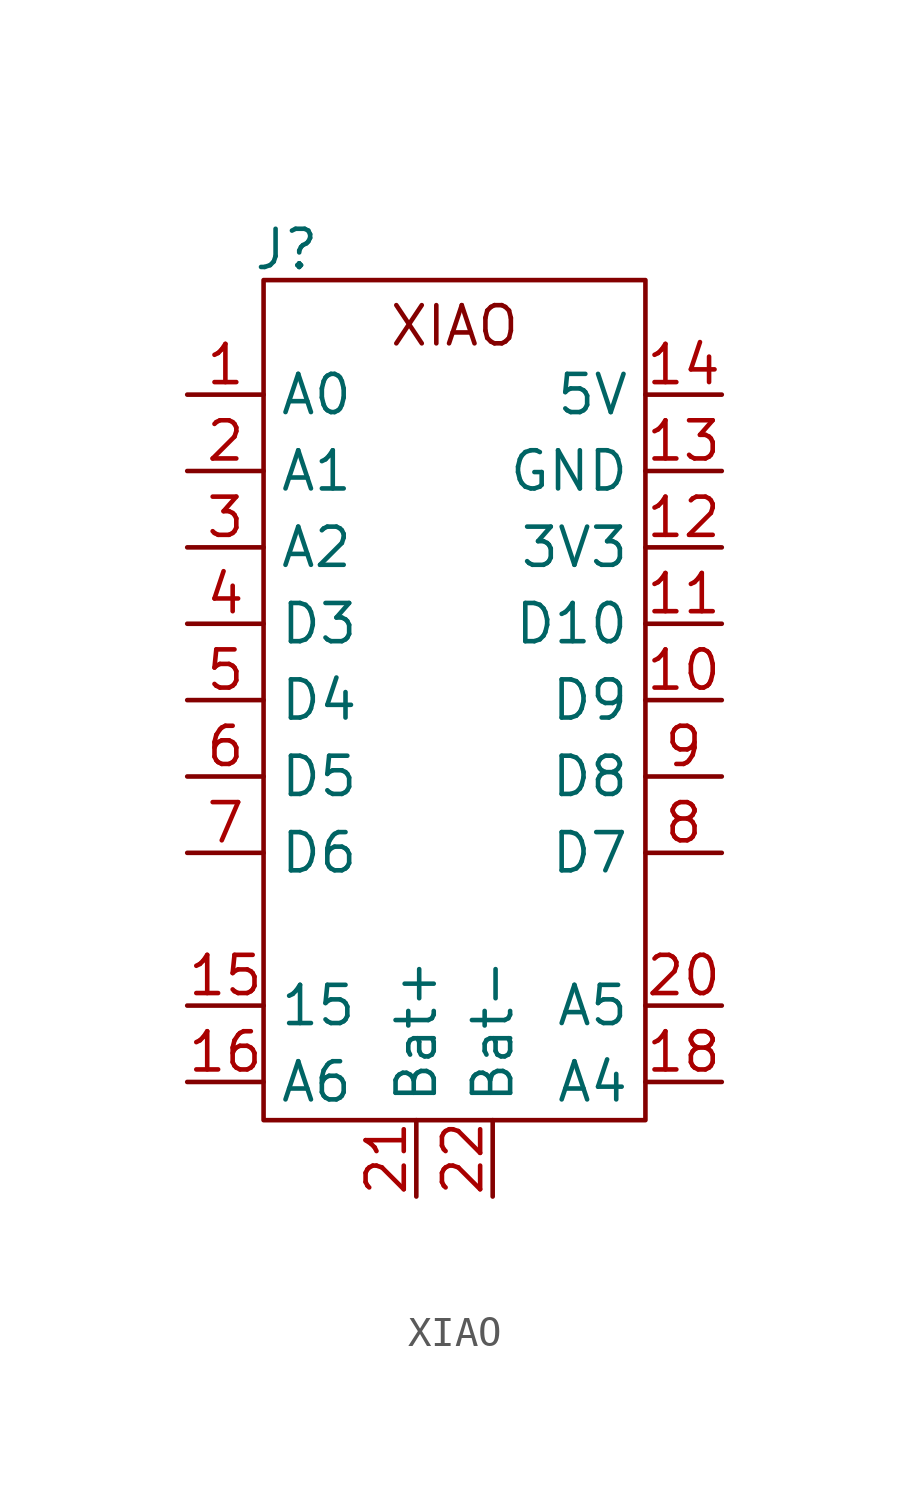
<source format=kicad_sym>
(kicad_symbol_lib
  (version 20231120)
  (generator "kicad_symbol_editor")
  (generator_version "8.0")
  (symbol "XIAO"
    (property "Reference" "J"
      (at -3.048 12.446 0)
      (effects (font (size 1.27 1.27))))
    (property "Value" ""
      (at -5.08 10.16 0)
      (effects (font (size 1.27 1.27))))
    (property "ki_locked" ""
      (at 0 0 0)
      (effects (font (size 1.27 1.27))))
    (symbol "XIAO_1_1"
      (rectangle (start -3.81 11.43) (end 8.89 -16.51) (stroke (width 0) (type default)) (fill (type none)))
      (text "XIAO" (at 2.54 9.906 0) (effects (font (size 1.27 1.27))))
      (pin input line (at -6.35 7.62 0) (length 2.54) (name "A0" (effects (font (size 1.27 1.27)))) (number "1" (effects (font (size 1.27 1.27)))))
      (pin input line (at 11.43 -2.54 180) (length 2.54) (name "D9" (effects (font (size 1.27 1.27)))) (number "10" (effects (font (size 1.27 1.27)))))
      (pin input line (at 11.43 0 180) (length 2.54) (name "D10" (effects (font (size 1.27 1.27)))) (number "11" (effects (font (size 1.27 1.27)))))
      (pin power_in line (at 11.43 2.54 180) (length 2.54) (name "3V3" (effects (font (size 1.27 1.27)))) (number "12" (effects (font (size 1.27 1.27)))))
      (pin power_in line (at 11.43 5.08 180) (length 2.54) (name "GND" (effects (font (size 1.27 1.27)))) (number "13" (effects (font (size 1.27 1.27)))))
      (pin power_in line (at 11.43 7.62 180) (length 2.54) (name "5V" (effects (font (size 1.27 1.27)))) (number "14" (effects (font (size 1.27 1.27)))))
      (pin input line (at -6.35 -12.7 0) (length 2.54) (name "15" (effects (font (size 1.27 1.27)))) (number "15" (effects (font (size 1.27 1.27)))))
      (pin input line (at -6.35 -15.24 0) (length 2.54) (name "A6" (effects (font (size 1.27 1.27)))) (number "16" (effects (font (size 1.27 1.27)))))
      (pin input line (at 11.43 -15.24 180) (length 2.54) (name "A4" (effects (font (size 1.27 1.27)))) (number "18" (effects (font (size 1.27 1.27)))))
      (pin input line (at -6.35 5.08 0) (length 2.54) (name "A1" (effects (font (size 1.27 1.27)))) (number "2" (effects (font (size 1.27 1.27)))))
      (pin input line (at 11.43 -12.7 180) (length 2.54) (name "A5" (effects (font (size 1.27 1.27)))) (number "20" (effects (font (size 1.27 1.27)))))
      (pin power_in line (at 1.27 -19.05 90) (length 2.54) (name "Bat+" (effects (font (size 1.27 1.27)))) (number "21" (effects (font (size 1.27 1.27)))))
      (pin power_in line (at 3.81 -19.05 90) (length 2.54) (name "Bat-" (effects (font (size 1.27 1.27)))) (number "22" (effects (font (size 1.27 1.27)))))
      (pin input line (at -6.35 2.54 0) (length 2.54) (name "A2" (effects (font (size 1.27 1.27)))) (number "3" (effects (font (size 1.27 1.27)))))
      (pin input line (at -6.35 0 0) (length 2.54) (name "D3" (effects (font (size 1.27 1.27)))) (number "4" (effects (font (size 1.27 1.27)))))
      (pin input line (at -6.35 -2.54 0) (length 2.54) (name "D4" (effects (font (size 1.27 1.27)))) (number "5" (effects (font (size 1.27 1.27)))))
      (pin input line (at -6.35 -5.08 0) (length 2.54) (name "D5" (effects (font (size 1.27 1.27)))) (number "6" (effects (font (size 1.27 1.27)))))
      (pin input line (at -6.35 -7.62 0) (length 2.54) (name "D6" (effects (font (size 1.27 1.27)))) (number "7" (effects (font (size 1.27 1.27)))))
      (pin input line (at 11.43 -7.62 180) (length 2.54) (name "D7" (effects (font (size 1.27 1.27)))) (number "8" (effects (font (size 1.27 1.27)))))
      (pin input line (at 11.43 -5.08 180) (length 2.54) (name "D8" (effects (font (size 1.27 1.27)))) (number "9" (effects (font (size 1.27 1.27))))))))
</source>
